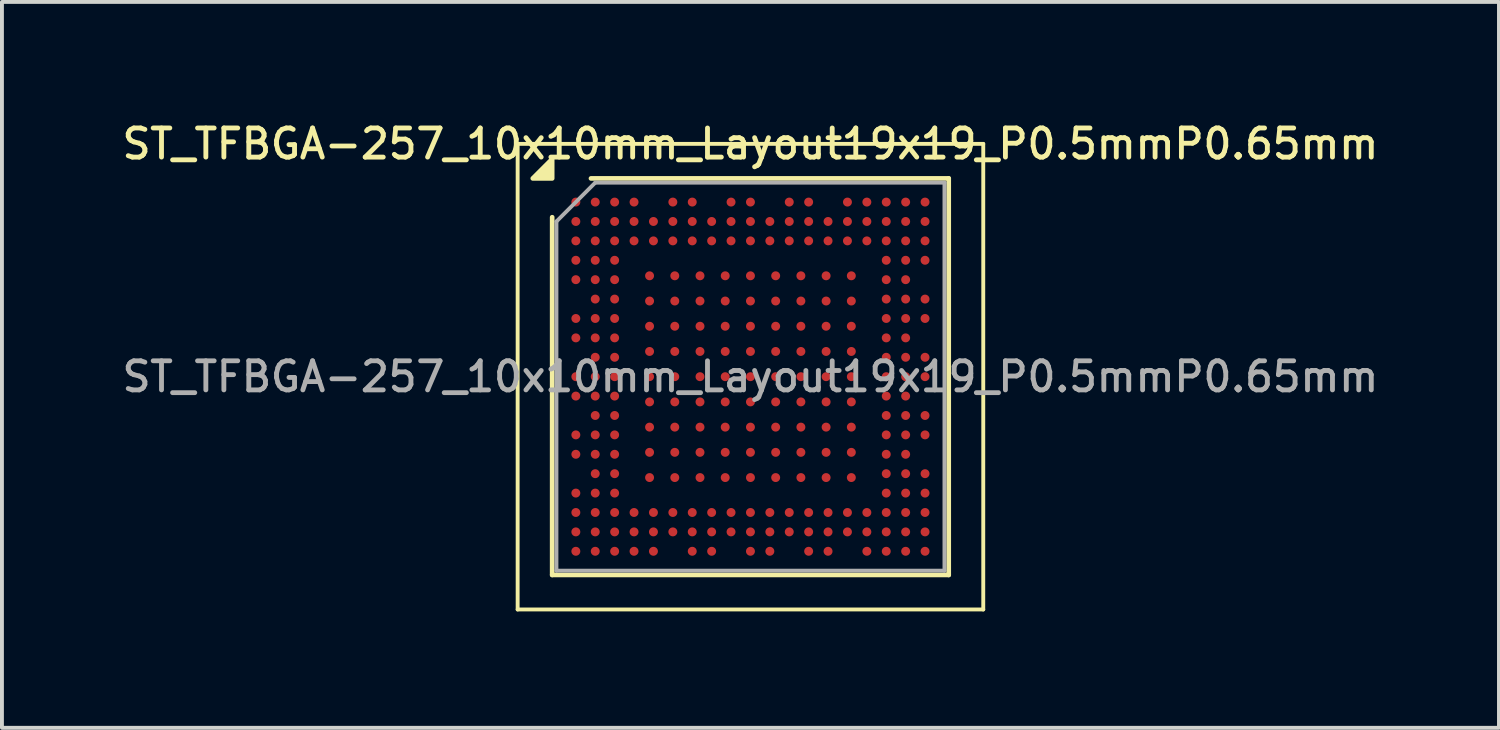
<source format=kicad_pcb>
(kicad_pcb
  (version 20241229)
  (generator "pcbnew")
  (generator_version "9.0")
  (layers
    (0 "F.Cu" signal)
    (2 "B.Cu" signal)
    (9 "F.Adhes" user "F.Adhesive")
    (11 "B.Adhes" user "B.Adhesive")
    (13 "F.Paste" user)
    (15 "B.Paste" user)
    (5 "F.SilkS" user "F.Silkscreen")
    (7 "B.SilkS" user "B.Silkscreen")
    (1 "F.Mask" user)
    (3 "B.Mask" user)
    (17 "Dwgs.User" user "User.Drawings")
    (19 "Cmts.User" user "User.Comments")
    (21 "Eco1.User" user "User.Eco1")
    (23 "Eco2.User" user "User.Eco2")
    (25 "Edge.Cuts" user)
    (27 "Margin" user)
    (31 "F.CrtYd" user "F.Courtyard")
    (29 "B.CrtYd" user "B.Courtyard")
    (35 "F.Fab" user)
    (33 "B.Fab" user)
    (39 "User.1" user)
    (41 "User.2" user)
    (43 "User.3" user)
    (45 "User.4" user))
  (footprint "ST_TFBGA-257_10x10mm_Layout19x19_P0.5mmP0.65mm"
    (layer "F.Cu")
    (at 16.291 6.658)
    (property "Reference" "ST_TFBGA-257_10x10mm_Layout19x19_P0.5mmP0.65mm" (at 0 -6 0) (layer "F.SilkS") (effects (font (size 0.75 0.75) (thickness 0.125))))
    (attr smd)
    (fp_line (start -6 -6) (end -6 6) (stroke (width 0.1) (type solid)) (layer "F.SilkS"))
    (fp_line (start -6 6) (end 6 6) (stroke (width 0.1) (type solid)) (layer "F.SilkS"))
    (fp_line (start -5.11 5.11) (end -5.11 -4.11) (stroke (width 0.12) (type solid)) (layer "F.SilkS"))
    (fp_line (start -4.11 -5.11) (end 5.11 -5.11) (stroke (width 0.12) (type solid)) (layer "F.SilkS"))
    (fp_line (start 5.11 -5.11) (end 5.11 5.11) (stroke (width 0.12) (type solid)) (layer "F.SilkS"))
    (fp_line (start 5.11 5.11) (end -5.11 5.11) (stroke (width 0.12) (type solid)) (layer "F.SilkS"))
    (fp_line (start 6 -6) (end -6 -6) (stroke (width 0.1) (type solid)) (layer "F.SilkS"))
    (fp_line (start 6 6) (end 6 -6) (stroke (width 0.1) (type solid)) (layer "F.SilkS"))
    (fp_poly (pts (xy -5.11 -5.11) (xy -5.61 -5.11) (xy -5.11 -5.61) (xy -5.11 -5.11)) (stroke (width 0.12) (type solid)) (fill yes) (layer "F.SilkS"))
    (fp_line (start -5 -4) (end -4 -5) (stroke (width 0.1) (type solid)) (layer "F.Fab"))
    (fp_line (start -5 5) (end -5 -4) (stroke (width 0.1) (type solid)) (layer "F.Fab"))
    (fp_line (start -4 -5) (end 5 -5) (stroke (width 0.1) (type solid)) (layer "F.Fab"))
    (fp_line (start 5 -5) (end 5 5) (stroke (width 0.1) (type solid)) (layer "F.Fab"))
    (fp_line (start 5 5) (end -5 5) (stroke (width 0.1) (type solid)) (layer "F.Fab"))
    (fp_text user "${REFERENCE}" (at 0 0 0) (layer "F.Fab") (effects (font (size 0.75 0.75) (thickness 0.125))))
    (pad "1A1" smd circle (at -2.6 -2.6) (size 0.23 0.23) (property pad_prop_bga) (layers "F.Cu" "F.Mask" "F.Paste"))
    (pad "1A2" smd circle (at -1.95 -2.6) (size 0.23 0.23) (property pad_prop_bga) (layers "F.Cu" "F.Mask" "F.Paste"))
    (pad "1A3" smd circle (at -1.3 -2.6) (size 0.23 0.23) (property pad_prop_bga) (layers "F.Cu" "F.Mask" "F.Paste"))
    (pad "1A4" smd circle (at -0.65 -2.6) (size 0.23 0.23) (property pad_prop_bga) (layers "F.Cu" "F.Mask" "F.Paste"))
    (pad "1A5" smd circle (at 0 -2.6) (size 0.23 0.23) (property pad_prop_bga) (layers "F.Cu" "F.Mask" "F.Paste"))
    (pad "1A6" smd circle (at 0.65 -2.6) (size 0.23 0.23) (property pad_prop_bga) (layers "F.Cu" "F.Mask" "F.Paste"))
    (pad "1A7" smd circle (at 1.3 -2.6) (size 0.23 0.23) (property pad_prop_bga) (layers "F.Cu" "F.Mask" "F.Paste"))
    (pad "1A8" smd circle (at 1.95 -2.6) (size 0.23 0.23) (property pad_prop_bga) (layers "F.Cu" "F.Mask" "F.Paste"))
    (pad "1A9" smd circle (at 2.6 -2.6) (size 0.23 0.23) (property pad_prop_bga) (layers "F.Cu" "F.Mask" "F.Paste"))
    (pad "1B1" smd circle (at -2.6 -1.95) (size 0.23 0.23) (property pad_prop_bga) (layers "F.Cu" "F.Mask" "F.Paste"))
    (pad "1B2" smd circle (at -1.95 -1.95) (size 0.23 0.23) (property pad_prop_bga) (layers "F.Cu" "F.Mask" "F.Paste"))
    (pad "1B3" smd circle (at -1.3 -1.95) (size 0.23 0.23) (property pad_prop_bga) (layers "F.Cu" "F.Mask" "F.Paste"))
    (pad "1B4" smd circle (at -0.65 -1.95) (size 0.23 0.23) (property pad_prop_bga) (layers "F.Cu" "F.Mask" "F.Paste"))
    (pad "1B5" smd circle (at 0 -1.95) (size 0.23 0.23) (property pad_prop_bga) (layers "F.Cu" "F.Mask" "F.Paste"))
    (pad "1B6" smd circle (at 0.65 -1.95) (size 0.23 0.23) (property pad_prop_bga) (layers "F.Cu" "F.Mask" "F.Paste"))
    (pad "1B7" smd circle (at 1.3 -1.95) (size 0.23 0.23) (property pad_prop_bga) (layers "F.Cu" "F.Mask" "F.Paste"))
    (pad "1B8" smd circle (at 1.95 -1.95) (size 0.23 0.23) (property pad_prop_bga) (layers "F.Cu" "F.Mask" "F.Paste"))
    (pad "1B9" smd circle (at 2.6 -1.95) (size 0.23 0.23) (property pad_prop_bga) (layers "F.Cu" "F.Mask" "F.Paste"))
    (pad "1C1" smd circle (at -2.6 -1.3) (size 0.23 0.23) (property pad_prop_bga) (layers "F.Cu" "F.Mask" "F.Paste"))
    (pad "1C2" smd circle (at -1.95 -1.3) (size 0.23 0.23) (property pad_prop_bga) (layers "F.Cu" "F.Mask" "F.Paste"))
    (pad "1C3" smd circle (at -1.3 -1.3) (size 0.23 0.23) (property pad_prop_bga) (layers "F.Cu" "F.Mask" "F.Paste"))
    (pad "1C4" smd circle (at -0.65 -1.3) (size 0.23 0.23) (property pad_prop_bga) (layers "F.Cu" "F.Mask" "F.Paste"))
    (pad "1C5" smd circle (at 0 -1.3) (size 0.23 0.23) (property pad_prop_bga) (layers "F.Cu" "F.Mask" "F.Paste"))
    (pad "1C6" smd circle (at 0.65 -1.3) (size 0.23 0.23) (property pad_prop_bga) (layers "F.Cu" "F.Mask" "F.Paste"))
    (pad "1C7" smd circle (at 1.3 -1.3) (size 0.23 0.23) (property pad_prop_bga) (layers "F.Cu" "F.Mask" "F.Paste"))
    (pad "1C8" smd circle (at 1.95 -1.3) (size 0.23 0.23) (property pad_prop_bga) (layers "F.Cu" "F.Mask" "F.Paste"))
    (pad "1C9" smd circle (at 2.6 -1.3) (size 0.23 0.23) (property pad_prop_bga) (layers "F.Cu" "F.Mask" "F.Paste"))
    (pad "1D1" smd circle (at -2.6 -0.65) (size 0.23 0.23) (property pad_prop_bga) (layers "F.Cu" "F.Mask" "F.Paste"))
    (pad "1D2" smd circle (at -1.95 -0.65) (size 0.23 0.23) (property pad_prop_bga) (layers "F.Cu" "F.Mask" "F.Paste"))
    (pad "1D3" smd circle (at -1.3 -0.65) (size 0.23 0.23) (property pad_prop_bga) (layers "F.Cu" "F.Mask" "F.Paste"))
    (pad "1D4" smd circle (at -0.65 -0.65) (size 0.23 0.23) (property pad_prop_bga) (layers "F.Cu" "F.Mask" "F.Paste"))
    (pad "1D5" smd circle (at 0 -0.65) (size 0.23 0.23) (property pad_prop_bga) (layers "F.Cu" "F.Mask" "F.Paste"))
    (pad "1D6" smd circle (at 0.65 -0.65) (size 0.23 0.23) (property pad_prop_bga) (layers "F.Cu" "F.Mask" "F.Paste"))
    (pad "1D7" smd circle (at 1.3 -0.65) (size 0.23 0.23) (property pad_prop_bga) (layers "F.Cu" "F.Mask" "F.Paste"))
    (pad "1D8" smd circle (at 1.95 -0.65) (size 0.23 0.23) (property pad_prop_bga) (layers "F.Cu" "F.Mask" "F.Paste"))
    (pad "1D9" smd circle (at 2.6 -0.65) (size 0.23 0.23) (property pad_prop_bga) (layers "F.Cu" "F.Mask" "F.Paste"))
    (pad "1E1" smd circle (at -2.6 0) (size 0.23 0.23) (property pad_prop_bga) (layers "F.Cu" "F.Mask" "F.Paste"))
    (pad "1E2" smd circle (at -1.95 0) (size 0.23 0.23) (property pad_prop_bga) (layers "F.Cu" "F.Mask" "F.Paste"))
    (pad "1E3" smd circle (at -1.3 0) (size 0.23 0.23) (property pad_prop_bga) (layers "F.Cu" "F.Mask" "F.Paste"))
    (pad "1E4" smd circle (at -0.65 0) (size 0.23 0.23) (property pad_prop_bga) (layers "F.Cu" "F.Mask" "F.Paste"))
    (pad "1E5" smd circle (at 0 0) (size 0.23 0.23) (property pad_prop_bga) (layers "F.Cu" "F.Mask" "F.Paste"))
    (pad "1E6" smd circle (at 0.65 0) (size 0.23 0.23) (property pad_prop_bga) (layers "F.Cu" "F.Mask" "F.Paste"))
    (pad "1E7" smd circle (at 1.3 0) (size 0.23 0.23) (property pad_prop_bga) (layers "F.Cu" "F.Mask" "F.Paste"))
    (pad "1E8" smd circle (at 1.95 0) (size 0.23 0.23) (property pad_prop_bga) (layers "F.Cu" "F.Mask" "F.Paste"))
    (pad "1E9" smd circle (at 2.6 0) (size 0.23 0.23) (property pad_prop_bga) (layers "F.Cu" "F.Mask" "F.Paste"))
    (pad "1F1" smd circle (at -2.6 0.65) (size 0.23 0.23) (property pad_prop_bga) (layers "F.Cu" "F.Mask" "F.Paste"))
    (pad "1F2" smd circle (at -1.95 0.65) (size 0.23 0.23) (property pad_prop_bga) (layers "F.Cu" "F.Mask" "F.Paste"))
    (pad "1F3" smd circle (at -1.3 0.65) (size 0.23 0.23) (property pad_prop_bga) (layers "F.Cu" "F.Mask" "F.Paste"))
    (pad "1F4" smd circle (at -0.65 0.65) (size 0.23 0.23) (property pad_prop_bga) (layers "F.Cu" "F.Mask" "F.Paste"))
    (pad "1F5" smd circle (at 0 0.65) (size 0.23 0.23) (property pad_prop_bga) (layers "F.Cu" "F.Mask" "F.Paste"))
    (pad "1F6" smd circle (at 0.65 0.65) (size 0.23 0.23) (property pad_prop_bga) (layers "F.Cu" "F.Mask" "F.Paste"))
    (pad "1F7" smd circle (at 1.3 0.65) (size 0.23 0.23) (property pad_prop_bga) (layers "F.Cu" "F.Mask" "F.Paste"))
    (pad "1F8" smd circle (at 1.95 0.65) (size 0.23 0.23) (property pad_prop_bga) (layers "F.Cu" "F.Mask" "F.Paste"))
    (pad "1F9" smd circle (at 2.6 0.65) (size 0.23 0.23) (property pad_prop_bga) (layers "F.Cu" "F.Mask" "F.Paste"))
    (pad "1G1" smd circle (at -2.6 1.3) (size 0.23 0.23) (property pad_prop_bga) (layers "F.Cu" "F.Mask" "F.Paste"))
    (pad "1G2" smd circle (at -1.95 1.3) (size 0.23 0.23) (property pad_prop_bga) (layers "F.Cu" "F.Mask" "F.Paste"))
    (pad "1G3" smd circle (at -1.3 1.3) (size 0.23 0.23) (property pad_prop_bga) (layers "F.Cu" "F.Mask" "F.Paste"))
    (pad "1G4" smd circle (at -0.65 1.3) (size 0.23 0.23) (property pad_prop_bga) (layers "F.Cu" "F.Mask" "F.Paste"))
    (pad "1G5" smd circle (at 0 1.3) (size 0.23 0.23) (property pad_prop_bga) (layers "F.Cu" "F.Mask" "F.Paste"))
    (pad "1G6" smd circle (at 0.65 1.3) (size 0.23 0.23) (property pad_prop_bga) (layers "F.Cu" "F.Mask" "F.Paste"))
    (pad "1G7" smd circle (at 1.3 1.3) (size 0.23 0.23) (property pad_prop_bga) (layers "F.Cu" "F.Mask" "F.Paste"))
    (pad "1G8" smd circle (at 1.95 1.3) (size 0.23 0.23) (property pad_prop_bga) (layers "F.Cu" "F.Mask" "F.Paste"))
    (pad "1G9" smd circle (at 2.6 1.3) (size 0.23 0.23) (property pad_prop_bga) (layers "F.Cu" "F.Mask" "F.Paste"))
    (pad "1H1" smd circle (at -2.6 1.95) (size 0.23 0.23) (property pad_prop_bga) (layers "F.Cu" "F.Mask" "F.Paste"))
    (pad "1H2" smd circle (at -1.95 1.95) (size 0.23 0.23) (property pad_prop_bga) (layers "F.Cu" "F.Mask" "F.Paste"))
    (pad "1H3" smd circle (at -1.3 1.95) (size 0.23 0.23) (property pad_prop_bga) (layers "F.Cu" "F.Mask" "F.Paste"))
    (pad "1H4" smd circle (at -0.65 1.95) (size 0.23 0.23) (property pad_prop_bga) (layers "F.Cu" "F.Mask" "F.Paste"))
    (pad "1H5" smd circle (at 0 1.95) (size 0.23 0.23) (property pad_prop_bga) (layers "F.Cu" "F.Mask" "F.Paste"))
    (pad "1H6" smd circle (at 0.65 1.95) (size 0.23 0.23) (property pad_prop_bga) (layers "F.Cu" "F.Mask" "F.Paste"))
    (pad "1H7" smd circle (at 1.3 1.95) (size 0.23 0.23) (property pad_prop_bga) (layers "F.Cu" "F.Mask" "F.Paste"))
    (pad "1H8" smd circle (at 1.95 1.95) (size 0.23 0.23) (property pad_prop_bga) (layers "F.Cu" "F.Mask" "F.Paste"))
    (pad "1H9" smd circle (at 2.6 1.95) (size 0.23 0.23) (property pad_prop_bga) (layers "F.Cu" "F.Mask" "F.Paste"))
    (pad "1J1" smd circle (at -2.6 2.6) (size 0.23 0.23) (property pad_prop_bga) (layers "F.Cu" "F.Mask" "F.Paste"))
    (pad "1J2" smd circle (at -1.95 2.6) (size 0.23 0.23) (property pad_prop_bga) (layers "F.Cu" "F.Mask" "F.Paste"))
    (pad "1J3" smd circle (at -1.3 2.6) (size 0.23 0.23) (property pad_prop_bga) (layers "F.Cu" "F.Mask" "F.Paste"))
    (pad "1J4" smd circle (at -0.65 2.6) (size 0.23 0.23) (property pad_prop_bga) (layers "F.Cu" "F.Mask" "F.Paste"))
    (pad "1J5" smd circle (at 0 2.6) (size 0.23 0.23) (property pad_prop_bga) (layers "F.Cu" "F.Mask" "F.Paste"))
    (pad "1J6" smd circle (at 0.65 2.6) (size 0.23 0.23) (property pad_prop_bga) (layers "F.Cu" "F.Mask" "F.Paste"))
    (pad "1J7" smd circle (at 1.3 2.6) (size 0.23 0.23) (property pad_prop_bga) (layers "F.Cu" "F.Mask" "F.Paste"))
    (pad "1J8" smd circle (at 1.95 2.6) (size 0.23 0.23) (property pad_prop_bga) (layers "F.Cu" "F.Mask" "F.Paste"))
    (pad "1J9" smd circle (at 2.6 2.6) (size 0.23 0.23) (property pad_prop_bga) (layers "F.Cu" "F.Mask" "F.Paste"))
    (pad "A1" smd circle (at -4.5 -4.5) (size 0.23 0.23) (property pad_prop_bga) (layers "F.Cu" "F.Mask" "F.Paste"))
    (pad "A2" smd circle (at -4 -4.5) (size 0.23 0.23) (property pad_prop_bga) (layers "F.Cu" "F.Mask" "F.Paste"))
    (pad "A3" smd circle (at -3.5 -4.5) (size 0.23 0.23) (property pad_prop_bga) (layers "F.Cu" "F.Mask" "F.Paste"))
    (pad "A4" smd circle (at -3 -4.5) (size 0.23 0.23) (property pad_prop_bga) (layers "F.Cu" "F.Mask" "F.Paste"))
    (pad "A6" smd circle (at -2 -4.5) (size 0.23 0.23) (property pad_prop_bga) (layers "F.Cu" "F.Mask" "F.Paste"))
    (pad "A7" smd circle (at -1.5 -4.5) (size 0.23 0.23) (property pad_prop_bga) (layers "F.Cu" "F.Mask" "F.Paste"))
    (pad "A9" smd circle (at -0.5 -4.5) (size 0.23 0.23) (property pad_prop_bga) (layers "F.Cu" "F.Mask" "F.Paste"))
    (pad "A10" smd circle (at 0 -4.5) (size 0.23 0.23) (property pad_prop_bga) (layers "F.Cu" "F.Mask" "F.Paste"))
    (pad "A12" smd circle (at 1 -4.5) (size 0.23 0.23) (property pad_prop_bga) (layers "F.Cu" "F.Mask" "F.Paste"))
    (pad "A13" smd circle (at 1.5 -4.5) (size 0.23 0.23) (property pad_prop_bga) (layers "F.Cu" "F.Mask" "F.Paste"))
    (pad "A15" smd circle (at 2.5 -4.5) (size 0.23 0.23) (property pad_prop_bga) (layers "F.Cu" "F.Mask" "F.Paste"))
    (pad "A16" smd circle (at 3 -4.5) (size 0.23 0.23) (property pad_prop_bga) (layers "F.Cu" "F.Mask" "F.Paste"))
    (pad "A17" smd circle (at 3.5 -4.5) (size 0.23 0.23) (property pad_prop_bga) (layers "F.Cu" "F.Mask" "F.Paste"))
    (pad "A18" smd circle (at 4 -4.5) (size 0.23 0.23) (property pad_prop_bga) (layers "F.Cu" "F.Mask" "F.Paste"))
    (pad "A19" smd circle (at 4.5 -4.5) (size 0.23 0.23) (property pad_prop_bga) (layers "F.Cu" "F.Mask" "F.Paste"))
    (pad "B1" smd circle (at -4.5 -4) (size 0.23 0.23) (property pad_prop_bga) (layers "F.Cu" "F.Mask" "F.Paste"))
    (pad "B2" smd circle (at -4 -4) (size 0.23 0.23) (property pad_prop_bga) (layers "F.Cu" "F.Mask" "F.Paste"))
    (pad "B3" smd circle (at -3.5 -4) (size 0.23 0.23) (property pad_prop_bga) (layers "F.Cu" "F.Mask" "F.Paste"))
    (pad "B4" smd circle (at -3 -4) (size 0.23 0.23) (property pad_prop_bga) (layers "F.Cu" "F.Mask" "F.Paste"))
    (pad "B5" smd circle (at -2.5 -4) (size 0.23 0.23) (property pad_prop_bga) (layers "F.Cu" "F.Mask" "F.Paste"))
    (pad "B6" smd circle (at -2 -4) (size 0.23 0.23) (property pad_prop_bga) (layers "F.Cu" "F.Mask" "F.Paste"))
    (pad "B7" smd circle (at -1.5 -4) (size 0.23 0.23) (property pad_prop_bga) (layers "F.Cu" "F.Mask" "F.Paste"))
    (pad "B8" smd circle (at -1 -4) (size 0.23 0.23) (property pad_prop_bga) (layers "F.Cu" "F.Mask" "F.Paste"))
    (pad "B9" smd circle (at -0.5 -4) (size 0.23 0.23) (property pad_prop_bga) (layers "F.Cu" "F.Mask" "F.Paste"))
    (pad "B10" smd circle (at 0 -4) (size 0.23 0.23) (property pad_prop_bga) (layers "F.Cu" "F.Mask" "F.Paste"))
    (pad "B11" smd circle (at 0.5 -4) (size 0.23 0.23) (property pad_prop_bga) (layers "F.Cu" "F.Mask" "F.Paste"))
    (pad "B12" smd circle (at 1 -4) (size 0.23 0.23) (property pad_prop_bga) (layers "F.Cu" "F.Mask" "F.Paste"))
    (pad "B13" smd circle (at 1.5 -4) (size 0.23 0.23) (property pad_prop_bga) (layers "F.Cu" "F.Mask" "F.Paste"))
    (pad "B14" smd circle (at 2 -4) (size 0.23 0.23) (property pad_prop_bga) (layers "F.Cu" "F.Mask" "F.Paste"))
    (pad "B15" smd circle (at 2.5 -4) (size 0.23 0.23) (property pad_prop_bga) (layers "F.Cu" "F.Mask" "F.Paste"))
    (pad "B16" smd circle (at 3 -4) (size 0.23 0.23) (property pad_prop_bga) (layers "F.Cu" "F.Mask" "F.Paste"))
    (pad "B17" smd circle (at 3.5 -4) (size 0.23 0.23) (property pad_prop_bga) (layers "F.Cu" "F.Mask" "F.Paste"))
    (pad "B18" smd circle (at 4 -4) (size 0.23 0.23) (property pad_prop_bga) (layers "F.Cu" "F.Mask" "F.Paste"))
    (pad "B19" smd circle (at 4.5 -4) (size 0.23 0.23) (property pad_prop_bga) (layers "F.Cu" "F.Mask" "F.Paste"))
    (pad "C1" smd circle (at -4.5 -3.5) (size 0.23 0.23) (property pad_prop_bga) (layers "F.Cu" "F.Mask" "F.Paste"))
    (pad "C2" smd circle (at -4 -3.5) (size 0.23 0.23) (property pad_prop_bga) (layers "F.Cu" "F.Mask" "F.Paste"))
    (pad "C3" smd circle (at -3.5 -3.5) (size 0.23 0.23) (property pad_prop_bga) (layers "F.Cu" "F.Mask" "F.Paste"))
    (pad "C4" smd circle (at -3 -3.5) (size 0.23 0.23) (property pad_prop_bga) (layers "F.Cu" "F.Mask" "F.Paste"))
    (pad "C5" smd circle (at -2.5 -3.5) (size 0.23 0.23) (property pad_prop_bga) (layers "F.Cu" "F.Mask" "F.Paste"))
    (pad "C6" smd circle (at -2 -3.5) (size 0.23 0.23) (property pad_prop_bga) (layers "F.Cu" "F.Mask" "F.Paste"))
    (pad "C7" smd circle (at -1.5 -3.5) (size 0.23 0.23) (property pad_prop_bga) (layers "F.Cu" "F.Mask" "F.Paste"))
    (pad "C8" smd circle (at -1 -3.5) (size 0.23 0.23) (property pad_prop_bga) (layers "F.Cu" "F.Mask" "F.Paste"))
    (pad "C9" smd circle (at -0.5 -3.5) (size 0.23 0.23) (property pad_prop_bga) (layers "F.Cu" "F.Mask" "F.Paste"))
    (pad "C10" smd circle (at 0 -3.5) (size 0.23 0.23) (property pad_prop_bga) (layers "F.Cu" "F.Mask" "F.Paste"))
    (pad "C11" smd circle (at 0.5 -3.5) (size 0.23 0.23) (property pad_prop_bga) (layers "F.Cu" "F.Mask" "F.Paste"))
    (pad "C12" smd circle (at 1 -3.5) (size 0.23 0.23) (property pad_prop_bga) (layers "F.Cu" "F.Mask" "F.Paste"))
    (pad "C13" smd circle (at 1.5 -3.5) (size 0.23 0.23) (property pad_prop_bga) (layers "F.Cu" "F.Mask" "F.Paste"))
    (pad "C14" smd circle (at 2 -3.5) (size 0.23 0.23) (property pad_prop_bga) (layers "F.Cu" "F.Mask" "F.Paste"))
    (pad "C15" smd circle (at 2.5 -3.5) (size 0.23 0.23) (property pad_prop_bga) (layers "F.Cu" "F.Mask" "F.Paste"))
    (pad "C16" smd circle (at 3 -3.5) (size 0.23 0.23) (property pad_prop_bga) (layers "F.Cu" "F.Mask" "F.Paste"))
    (pad "C17" smd circle (at 3.5 -3.5) (size 0.23 0.23) (property pad_prop_bga) (layers "F.Cu" "F.Mask" "F.Paste"))
    (pad "C18" smd circle (at 4 -3.5) (size 0.23 0.23) (property pad_prop_bga) (layers "F.Cu" "F.Mask" "F.Paste"))
    (pad "C19" smd circle (at 4.5 -3.5) (size 0.23 0.23) (property pad_prop_bga) (layers "F.Cu" "F.Mask" "F.Paste"))
    (pad "D1" smd circle (at -4.5 -3) (size 0.23 0.23) (property pad_prop_bga) (layers "F.Cu" "F.Mask" "F.Paste"))
    (pad "D2" smd circle (at -4 -3) (size 0.23 0.23) (property pad_prop_bga) (layers "F.Cu" "F.Mask" "F.Paste"))
    (pad "D3" smd circle (at -3.5 -3) (size 0.23 0.23) (property pad_prop_bga) (layers "F.Cu" "F.Mask" "F.Paste"))
    (pad "D17" smd circle (at 3.5 -3) (size 0.23 0.23) (property pad_prop_bga) (layers "F.Cu" "F.Mask" "F.Paste"))
    (pad "D18" smd circle (at 4 -3) (size 0.23 0.23) (property pad_prop_bga) (layers "F.Cu" "F.Mask" "F.Paste"))
    (pad "D19" smd circle (at 4.5 -3) (size 0.23 0.23) (property pad_prop_bga) (layers "F.Cu" "F.Mask" "F.Paste"))
    (pad "E1" smd circle (at -4.5 -2.5) (size 0.23 0.23) (property pad_prop_bga) (layers "F.Cu" "F.Mask" "F.Paste"))
    (pad "E2" smd circle (at -4 -2.5) (size 0.23 0.23) (property pad_prop_bga) (layers "F.Cu" "F.Mask" "F.Paste"))
    (pad "E3" smd circle (at -3.5 -2.5) (size 0.23 0.23) (property pad_prop_bga) (layers "F.Cu" "F.Mask" "F.Paste"))
    (pad "E17" smd circle (at 3.5 -2.5) (size 0.23 0.23) (property pad_prop_bga) (layers "F.Cu" "F.Mask" "F.Paste"))
    (pad "E18" smd circle (at 4 -2.5) (size 0.23 0.23) (property pad_prop_bga) (layers "F.Cu" "F.Mask" "F.Paste"))
    (pad "F2" smd circle (at -4 -2) (size 0.23 0.23) (property pad_prop_bga) (layers "F.Cu" "F.Mask" "F.Paste"))
    (pad "F3" smd circle (at -3.5 -2) (size 0.23 0.23) (property pad_prop_bga) (layers "F.Cu" "F.Mask" "F.Paste"))
    (pad "F17" smd circle (at 3.5 -2) (size 0.23 0.23) (property pad_prop_bga) (layers "F.Cu" "F.Mask" "F.Paste"))
    (pad "F18" smd circle (at 4 -2) (size 0.23 0.23) (property pad_prop_bga) (layers "F.Cu" "F.Mask" "F.Paste"))
    (pad "F19" smd circle (at 4.5 -2) (size 0.23 0.23) (property pad_prop_bga) (layers "F.Cu" "F.Mask" "F.Paste"))
    (pad "G1" smd circle (at -4.5 -1.5) (size 0.23 0.23) (property pad_prop_bga) (layers "F.Cu" "F.Mask" "F.Paste"))
    (pad "G2" smd circle (at -4 -1.5) (size 0.23 0.23) (property pad_prop_bga) (layers "F.Cu" "F.Mask" "F.Paste"))
    (pad "G3" smd circle (at -3.5 -1.5) (size 0.23 0.23) (property pad_prop_bga) (layers "F.Cu" "F.Mask" "F.Paste"))
    (pad "G17" smd circle (at 3.5 -1.5) (size 0.23 0.23) (property pad_prop_bga) (layers "F.Cu" "F.Mask" "F.Paste"))
    (pad "G18" smd circle (at 4 -1.5) (size 0.23 0.23) (property pad_prop_bga) (layers "F.Cu" "F.Mask" "F.Paste"))
    (pad "G19" smd circle (at 4.5 -1.5) (size 0.23 0.23) (property pad_prop_bga) (layers "F.Cu" "F.Mask" "F.Paste"))
    (pad "H1" smd circle (at -4.5 -1) (size 0.23 0.23) (property pad_prop_bga) (layers "F.Cu" "F.Mask" "F.Paste"))
    (pad "H2" smd circle (at -4 -1) (size 0.23 0.23) (property pad_prop_bga) (layers "F.Cu" "F.Mask" "F.Paste"))
    (pad "H3" smd circle (at -3.5 -1) (size 0.23 0.23) (property pad_prop_bga) (layers "F.Cu" "F.Mask" "F.Paste"))
    (pad "H17" smd circle (at 3.5 -1) (size 0.23 0.23) (property pad_prop_bga) (layers "F.Cu" "F.Mask" "F.Paste"))
    (pad "H18" smd circle (at 4 -1) (size 0.23 0.23) (property pad_prop_bga) (layers "F.Cu" "F.Mask" "F.Paste"))
    (pad "J2" smd circle (at -4 -0.5) (size 0.23 0.23) (property pad_prop_bga) (layers "F.Cu" "F.Mask" "F.Paste"))
    (pad "J3" smd circle (at -3.5 -0.5) (size 0.23 0.23) (property pad_prop_bga) (layers "F.Cu" "F.Mask" "F.Paste"))
    (pad "J17" smd circle (at 3.5 -0.5) (size 0.23 0.23) (property pad_prop_bga) (layers "F.Cu" "F.Mask" "F.Paste"))
    (pad "J18" smd circle (at 4 -0.5) (size 0.23 0.23) (property pad_prop_bga) (layers "F.Cu" "F.Mask" "F.Paste"))
    (pad "J19" smd circle (at 4.5 -0.5) (size 0.23 0.23) (property pad_prop_bga) (layers "F.Cu" "F.Mask" "F.Paste"))
    (pad "K1" smd circle (at -4.5 0) (size 0.23 0.23) (property pad_prop_bga) (layers "F.Cu" "F.Mask" "F.Paste"))
    (pad "K2" smd circle (at -4 0) (size 0.23 0.23) (property pad_prop_bga) (layers "F.Cu" "F.Mask" "F.Paste"))
    (pad "K3" smd circle (at -3.5 0) (size 0.23 0.23) (property pad_prop_bga) (layers "F.Cu" "F.Mask" "F.Paste"))
    (pad "K17" smd circle (at 3.5 0) (size 0.23 0.23) (property pad_prop_bga) (layers "F.Cu" "F.Mask" "F.Paste"))
    (pad "K18" smd circle (at 4 0) (size 0.23 0.23) (property pad_prop_bga) (layers "F.Cu" "F.Mask" "F.Paste"))
    (pad "K19" smd circle (at 4.5 0) (size 0.23 0.23) (property pad_prop_bga) (layers "F.Cu" "F.Mask" "F.Paste"))
    (pad "L1" smd circle (at -4.5 0.5) (size 0.23 0.23) (property pad_prop_bga) (layers "F.Cu" "F.Mask" "F.Paste"))
    (pad "L2" smd circle (at -4 0.5) (size 0.23 0.23) (property pad_prop_bga) (layers "F.Cu" "F.Mask" "F.Paste"))
    (pad "L3" smd circle (at -3.5 0.5) (size 0.23 0.23) (property pad_prop_bga) (layers "F.Cu" "F.Mask" "F.Paste"))
    (pad "L17" smd circle (at 3.5 0.5) (size 0.23 0.23) (property pad_prop_bga) (layers "F.Cu" "F.Mask" "F.Paste"))
    (pad "L18" smd circle (at 4 0.5) (size 0.23 0.23) (property pad_prop_bga) (layers "F.Cu" "F.Mask" "F.Paste"))
    (pad "M2" smd circle (at -4 1) (size 0.23 0.23) (property pad_prop_bga) (layers "F.Cu" "F.Mask" "F.Paste"))
    (pad "M3" smd circle (at -3.5 1) (size 0.23 0.23) (property pad_prop_bga) (layers "F.Cu" "F.Mask" "F.Paste"))
    (pad "M17" smd circle (at 3.5 1) (size 0.23 0.23) (property pad_prop_bga) (layers "F.Cu" "F.Mask" "F.Paste"))
    (pad "M18" smd circle (at 4 1) (size 0.23 0.23) (property pad_prop_bga) (layers "F.Cu" "F.Mask" "F.Paste"))
    (pad "M19" smd circle (at 4.5 1) (size 0.23 0.23) (property pad_prop_bga) (layers "F.Cu" "F.Mask" "F.Paste"))
    (pad "N1" smd circle (at -4.5 1.5) (size 0.23 0.23) (property pad_prop_bga) (layers "F.Cu" "F.Mask" "F.Paste"))
    (pad "N2" smd circle (at -4 1.5) (size 0.23 0.23) (property pad_prop_bga) (layers "F.Cu" "F.Mask" "F.Paste"))
    (pad "N3" smd circle (at -3.5 1.5) (size 0.23 0.23) (property pad_prop_bga) (layers "F.Cu" "F.Mask" "F.Paste"))
    (pad "N17" smd circle (at 3.5 1.5) (size 0.23 0.23) (property pad_prop_bga) (layers "F.Cu" "F.Mask" "F.Paste"))
    (pad "N18" smd circle (at 4 1.5) (size 0.23 0.23) (property pad_prop_bga) (layers "F.Cu" "F.Mask" "F.Paste"))
    (pad "N19" smd circle (at 4.5 1.5) (size 0.23 0.23) (property pad_prop_bga) (layers "F.Cu" "F.Mask" "F.Paste"))
    (pad "P1" smd circle (at -4.5 2) (size 0.23 0.23) (property pad_prop_bga) (layers "F.Cu" "F.Mask" "F.Paste"))
    (pad "P2" smd circle (at -4 2) (size 0.23 0.23) (property pad_prop_bga) (layers "F.Cu" "F.Mask" "F.Paste"))
    (pad "P3" smd circle (at -3.5 2) (size 0.23 0.23) (property pad_prop_bga) (layers "F.Cu" "F.Mask" "F.Paste"))
    (pad "P17" smd circle (at 3.5 2) (size 0.23 0.23) (property pad_prop_bga) (layers "F.Cu" "F.Mask" "F.Paste"))
    (pad "P18" smd circle (at 4 2) (size 0.23 0.23) (property pad_prop_bga) (layers "F.Cu" "F.Mask" "F.Paste"))
    (pad "R2" smd circle (at -4 2.5) (size 0.23 0.23) (property pad_prop_bga) (layers "F.Cu" "F.Mask" "F.Paste"))
    (pad "R3" smd circle (at -3.5 2.5) (size 0.23 0.23) (property pad_prop_bga) (layers "F.Cu" "F.Mask" "F.Paste"))
    (pad "R17" smd circle (at 3.5 2.5) (size 0.23 0.23) (property pad_prop_bga) (layers "F.Cu" "F.Mask" "F.Paste"))
    (pad "R18" smd circle (at 4 2.5) (size 0.23 0.23) (property pad_prop_bga) (layers "F.Cu" "F.Mask" "F.Paste"))
    (pad "R19" smd circle (at 4.5 2.5) (size 0.23 0.23) (property pad_prop_bga) (layers "F.Cu" "F.Mask" "F.Paste"))
    (pad "T1" smd circle (at -4.5 3) (size 0.23 0.23) (property pad_prop_bga) (layers "F.Cu" "F.Mask" "F.Paste"))
    (pad "T2" smd circle (at -4 3) (size 0.23 0.23) (property pad_prop_bga) (layers "F.Cu" "F.Mask" "F.Paste"))
    (pad "T3" smd circle (at -3.5 3) (size 0.23 0.23) (property pad_prop_bga) (layers "F.Cu" "F.Mask" "F.Paste"))
    (pad "T17" smd circle (at 3.5 3) (size 0.23 0.23) (property pad_prop_bga) (layers "F.Cu" "F.Mask" "F.Paste"))
    (pad "T18" smd circle (at 4 3) (size 0.23 0.23) (property pad_prop_bga) (layers "F.Cu" "F.Mask" "F.Paste"))
    (pad "T19" smd circle (at 4.5 3) (size 0.23 0.23) (property pad_prop_bga) (layers "F.Cu" "F.Mask" "F.Paste"))
    (pad "U1" smd circle (at -4.5 3.5) (size 0.23 0.23) (property pad_prop_bga) (layers "F.Cu" "F.Mask" "F.Paste"))
    (pad "U2" smd circle (at -4 3.5) (size 0.23 0.23) (property pad_prop_bga) (layers "F.Cu" "F.Mask" "F.Paste"))
    (pad "U3" smd circle (at -3.5 3.5) (size 0.23 0.23) (property pad_prop_bga) (layers "F.Cu" "F.Mask" "F.Paste"))
    (pad "U4" smd circle (at -3 3.5) (size 0.23 0.23) (property pad_prop_bga) (layers "F.Cu" "F.Mask" "F.Paste"))
    (pad "U5" smd circle (at -2.5 3.5) (size 0.23 0.23) (property pad_prop_bga) (layers "F.Cu" "F.Mask" "F.Paste"))
    (pad "U6" smd circle (at -2 3.5) (size 0.23 0.23) (property pad_prop_bga) (layers "F.Cu" "F.Mask" "F.Paste"))
    (pad "U7" smd circle (at -1.5 3.5) (size 0.23 0.23) (property pad_prop_bga) (layers "F.Cu" "F.Mask" "F.Paste"))
    (pad "U8" smd circle (at -1 3.5) (size 0.23 0.23) (property pad_prop_bga) (layers "F.Cu" "F.Mask" "F.Paste"))
    (pad "U9" smd circle (at -0.5 3.5) (size 0.23 0.23) (property pad_prop_bga) (layers "F.Cu" "F.Mask" "F.Paste"))
    (pad "U10" smd circle (at 0 3.5) (size 0.23 0.23) (property pad_prop_bga) (layers "F.Cu" "F.Mask" "F.Paste"))
    (pad "U11" smd circle (at 0.5 3.5) (size 0.23 0.23) (property pad_prop_bga) (layers "F.Cu" "F.Mask" "F.Paste"))
    (pad "U12" smd circle (at 1 3.5) (size 0.23 0.23) (property pad_prop_bga) (layers "F.Cu" "F.Mask" "F.Paste"))
    (pad "U13" smd circle (at 1.5 3.5) (size 0.23 0.23) (property pad_prop_bga) (layers "F.Cu" "F.Mask" "F.Paste"))
    (pad "U14" smd circle (at 2 3.5) (size 0.23 0.23) (property pad_prop_bga) (layers "F.Cu" "F.Mask" "F.Paste"))
    (pad "U15" smd circle (at 2.5 3.5) (size 0.23 0.23) (property pad_prop_bga) (layers "F.Cu" "F.Mask" "F.Paste"))
    (pad "U16" smd circle (at 3 3.5) (size 0.23 0.23) (property pad_prop_bga) (layers "F.Cu" "F.Mask" "F.Paste"))
    (pad "U17" smd circle (at 3.5 3.5) (size 0.23 0.23) (property pad_prop_bga) (layers "F.Cu" "F.Mask" "F.Paste"))
    (pad "U18" smd circle (at 4 3.5) (size 0.23 0.23) (property pad_prop_bga) (layers "F.Cu" "F.Mask" "F.Paste"))
    (pad "U19" smd circle (at 4.5 3.5) (size 0.23 0.23) (property pad_prop_bga) (layers "F.Cu" "F.Mask" "F.Paste"))
    (pad "V1" smd circle (at -4.5 4) (size 0.23 0.23) (property pad_prop_bga) (layers "F.Cu" "F.Mask" "F.Paste"))
    (pad "V2" smd circle (at -4 4) (size 0.23 0.23) (property pad_prop_bga) (layers "F.Cu" "F.Mask" "F.Paste"))
    (pad "V3" smd circle (at -3.5 4) (size 0.23 0.23) (property pad_prop_bga) (layers "F.Cu" "F.Mask" "F.Paste"))
    (pad "V4" smd circle (at -3 4) (size 0.23 0.23) (property pad_prop_bga) (layers "F.Cu" "F.Mask" "F.Paste"))
    (pad "V5" smd circle (at -2.5 4) (size 0.23 0.23) (property pad_prop_bga) (layers "F.Cu" "F.Mask" "F.Paste"))
    (pad "V6" smd circle (at -2 4) (size 0.23 0.23) (property pad_prop_bga) (layers "F.Cu" "F.Mask" "F.Paste"))
    (pad "V7" smd circle (at -1.5 4) (size 0.23 0.23) (property pad_prop_bga) (layers "F.Cu" "F.Mask" "F.Paste"))
    (pad "V8" smd circle (at -1 4) (size 0.23 0.23) (property pad_prop_bga) (layers "F.Cu" "F.Mask" "F.Paste"))
    (pad "V9" smd circle (at -0.5 4) (size 0.23 0.23) (property pad_prop_bga) (layers "F.Cu" "F.Mask" "F.Paste"))
    (pad "V10" smd circle (at 0 4) (size 0.23 0.23) (property pad_prop_bga) (layers "F.Cu" "F.Mask" "F.Paste"))
    (pad "V11" smd circle (at 0.5 4) (size 0.23 0.23) (property pad_prop_bga) (layers "F.Cu" "F.Mask" "F.Paste"))
    (pad "V12" smd circle (at 1 4) (size 0.23 0.23) (property pad_prop_bga) (layers "F.Cu" "F.Mask" "F.Paste"))
    (pad "V13" smd circle (at 1.5 4) (size 0.23 0.23) (property pad_prop_bga) (layers "F.Cu" "F.Mask" "F.Paste"))
    (pad "V14" smd circle (at 2 4) (size 0.23 0.23) (property pad_prop_bga) (layers "F.Cu" "F.Mask" "F.Paste"))
    (pad "V15" smd circle (at 2.5 4) (size 0.23 0.23) (property pad_prop_bga) (layers "F.Cu" "F.Mask" "F.Paste"))
    (pad "V16" smd circle (at 3 4) (size 0.23 0.23) (property pad_prop_bga) (layers "F.Cu" "F.Mask" "F.Paste"))
    (pad "V17" smd circle (at 3.5 4) (size 0.23 0.23) (property pad_prop_bga) (layers "F.Cu" "F.Mask" "F.Paste"))
    (pad "V18" smd circle (at 4 4) (size 0.23 0.23) (property pad_prop_bga) (layers "F.Cu" "F.Mask" "F.Paste"))
    (pad "V19" smd circle (at 4.5 4) (size 0.23 0.23) (property pad_prop_bga) (layers "F.Cu" "F.Mask" "F.Paste"))
    (pad "W1" smd circle (at -4.5 4.5) (size 0.23 0.23) (property pad_prop_bga) (layers "F.Cu" "F.Mask" "F.Paste"))
    (pad "W2" smd circle (at -4 4.5) (size 0.23 0.23) (property pad_prop_bga) (layers "F.Cu" "F.Mask" "F.Paste"))
    (pad "W3" smd circle (at -3.5 4.5) (size 0.23 0.23) (property pad_prop_bga) (layers "F.Cu" "F.Mask" "F.Paste"))
    (pad "W4" smd circle (at -3 4.5) (size 0.23 0.23) (property pad_prop_bga) (layers "F.Cu" "F.Mask" "F.Paste"))
    (pad "W5" smd circle (at -2.5 4.5) (size 0.23 0.23) (property pad_prop_bga) (layers "F.Cu" "F.Mask" "F.Paste"))
    (pad "W7" smd circle (at -1.5 4.5) (size 0.23 0.23) (property pad_prop_bga) (layers "F.Cu" "F.Mask" "F.Paste"))
    (pad "W8" smd circle (at -1 4.5) (size 0.23 0.23) (property pad_prop_bga) (layers "F.Cu" "F.Mask" "F.Paste"))
    (pad "W10" smd circle (at 0 4.5) (size 0.23 0.23) (property pad_prop_bga) (layers "F.Cu" "F.Mask" "F.Paste"))
    (pad "W11" smd circle (at 0.5 4.5) (size 0.23 0.23) (property pad_prop_bga) (layers "F.Cu" "F.Mask" "F.Paste"))
    (pad "W13" smd circle (at 1.5 4.5) (size 0.23 0.23) (property pad_prop_bga) (layers "F.Cu" "F.Mask" "F.Paste"))
    (pad "W14" smd circle (at 2 4.5) (size 0.23 0.23) (property pad_prop_bga) (layers "F.Cu" "F.Mask" "F.Paste"))
    (pad "W16" smd circle (at 3 4.5) (size 0.23 0.23) (property pad_prop_bga) (layers "F.Cu" "F.Mask" "F.Paste"))
    (pad "W17" smd circle (at 3.5 4.5) (size 0.23 0.23) (property pad_prop_bga) (layers "F.Cu" "F.Mask" "F.Paste"))
    (pad "W18" smd circle (at 4 4.5) (size 0.23 0.23) (property pad_prop_bga) (layers "F.Cu" "F.Mask" "F.Paste"))
    (pad "W19" smd circle (at 4.5 4.5) (size 0.23 0.23) (property pad_prop_bga) (layers "F.Cu" "F.Mask" "F.Paste")))
  (gr_rect
    (start -3 -3)
    (end 35.582 15.708)
    (stroke (width 0.1) (type default))
    (fill no)
    (layer "Edge.Cuts")))
</source>
